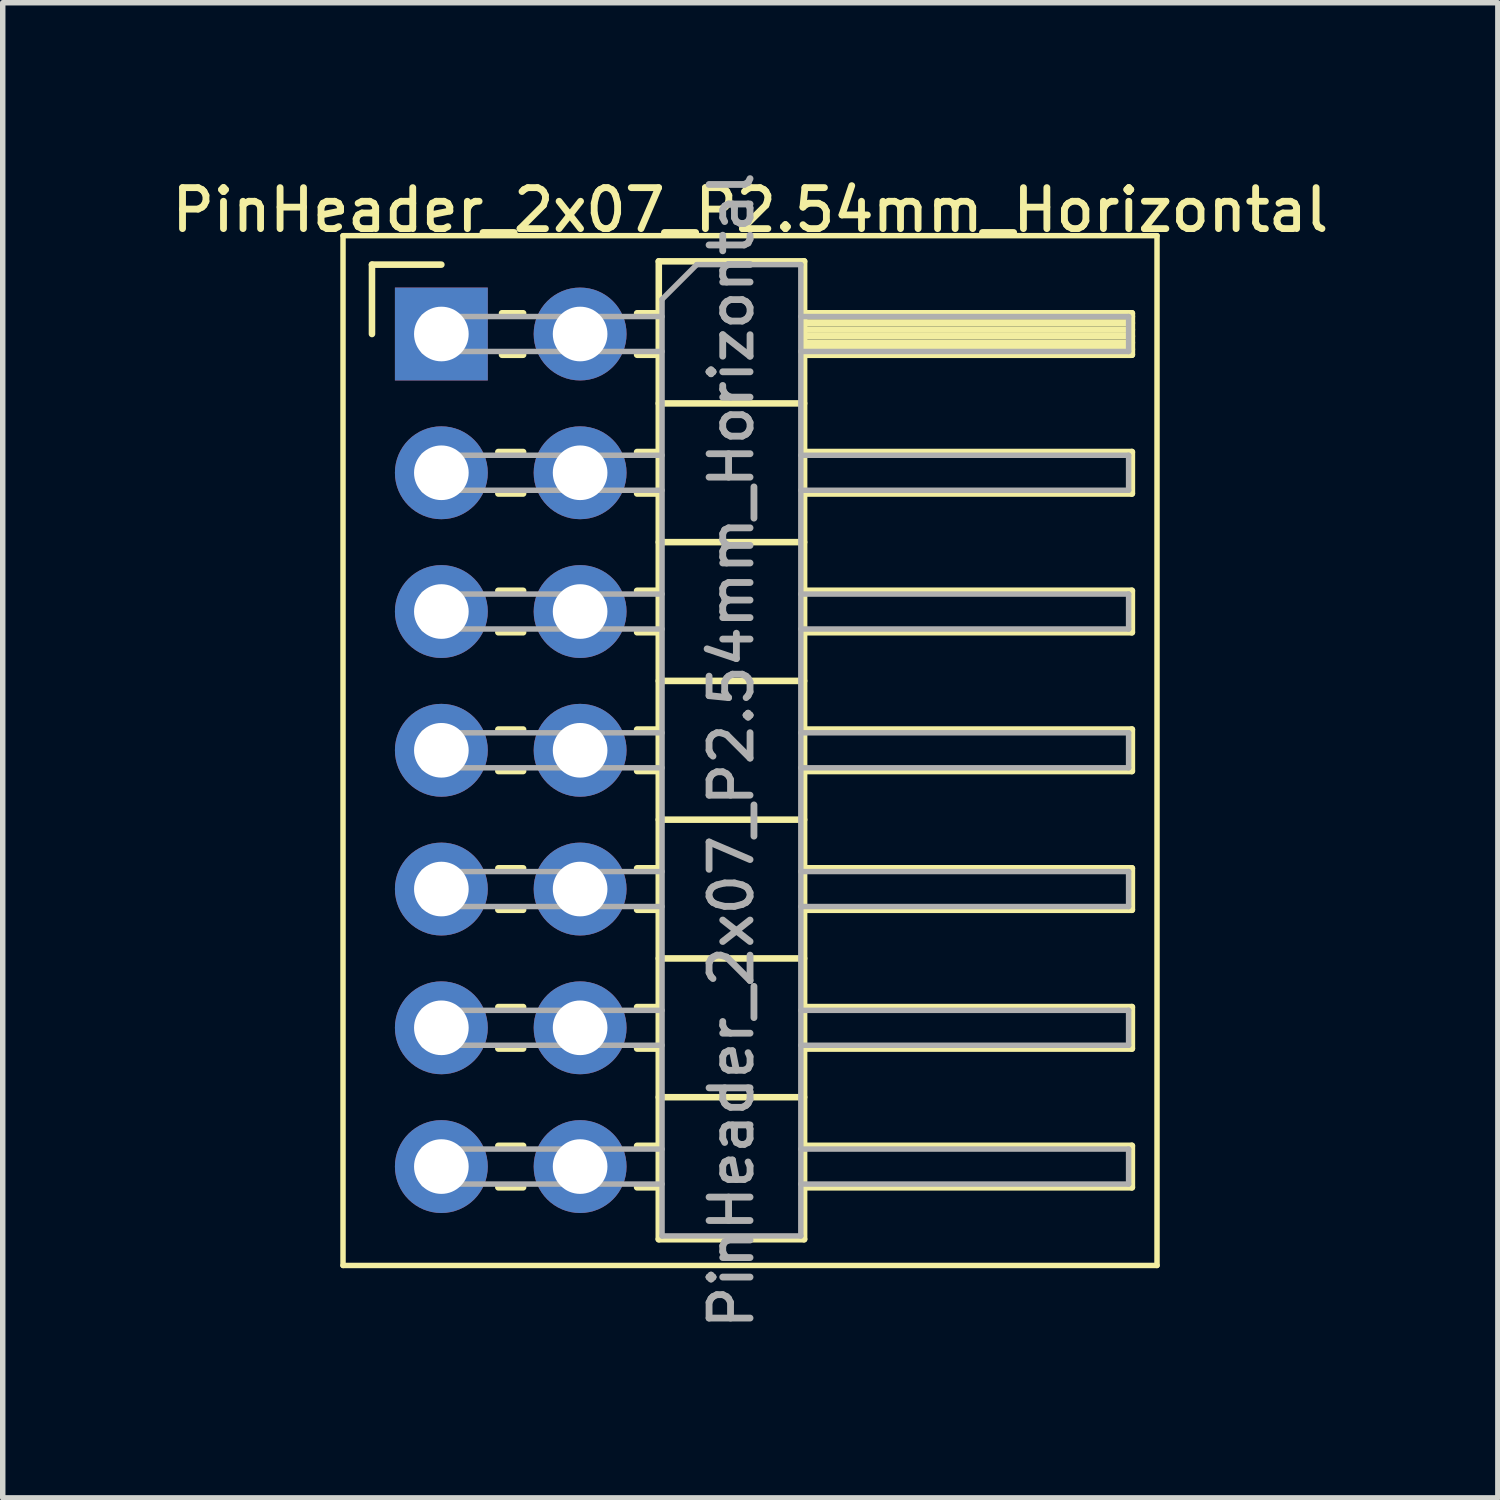
<source format=kicad_pcb>
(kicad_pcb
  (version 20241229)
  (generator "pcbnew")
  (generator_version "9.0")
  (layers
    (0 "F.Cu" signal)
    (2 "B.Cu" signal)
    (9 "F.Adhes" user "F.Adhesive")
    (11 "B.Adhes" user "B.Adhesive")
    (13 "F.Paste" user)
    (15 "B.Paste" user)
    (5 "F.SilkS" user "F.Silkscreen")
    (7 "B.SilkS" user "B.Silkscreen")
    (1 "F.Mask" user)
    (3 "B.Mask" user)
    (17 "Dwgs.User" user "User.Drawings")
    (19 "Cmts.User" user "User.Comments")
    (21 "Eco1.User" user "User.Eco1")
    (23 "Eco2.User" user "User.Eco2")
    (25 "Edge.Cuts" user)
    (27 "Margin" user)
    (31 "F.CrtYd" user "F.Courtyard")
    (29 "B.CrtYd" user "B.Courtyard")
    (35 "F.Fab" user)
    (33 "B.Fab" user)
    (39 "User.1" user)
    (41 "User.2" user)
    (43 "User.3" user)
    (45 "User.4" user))
  (footprint "PinHeader_2x07_P2.54mm_Horizontal"
    (layer "F.Cu")
    (at 5.029 3.064)
    (property "Reference" "PinHeader_2x07_P2.54mm_Horizontal" (at 5.655 -2.27 0) (layer "F.SilkS") (effects (font (size 0.75 0.75) (thickness 0.125))))
    (attr through_hole)
    (fp_line (start -1.8 -1.8) (end -1.8 17.05) (stroke (width 0.1) (type solid)) (layer "F.SilkS"))
    (fp_line (start -1.8 17.05) (end 13.1 17.05) (stroke (width 0.1) (type solid)) (layer "F.SilkS"))
    (fp_line (start -1.27 -1.27) (end 0 -1.27) (stroke (width 0.12) (type solid)) (layer "F.SilkS"))
    (fp_line (start -1.27 0) (end -1.27 -1.27) (stroke (width 0.12) (type solid)) (layer "F.SilkS"))
    (fp_line (start 1.043 2.16) (end 1.497 2.16) (stroke (width 0.12) (type solid)) (layer "F.SilkS"))
    (fp_line (start 1.043 2.92) (end 1.497 2.92) (stroke (width 0.12) (type solid)) (layer "F.SilkS"))
    (fp_line (start 1.043 4.7) (end 1.497 4.7) (stroke (width 0.12) (type solid)) (layer "F.SilkS"))
    (fp_line (start 1.043 5.46) (end 1.497 5.46) (stroke (width 0.12) (type solid)) (layer "F.SilkS"))
    (fp_line (start 1.043 7.24) (end 1.497 7.24) (stroke (width 0.12) (type solid)) (layer "F.SilkS"))
    (fp_line (start 1.043 8) (end 1.497 8) (stroke (width 0.12) (type solid)) (layer "F.SilkS"))
    (fp_line (start 1.043 9.78) (end 1.497 9.78) (stroke (width 0.12) (type solid)) (layer "F.SilkS"))
    (fp_line (start 1.043 10.54) (end 1.497 10.54) (stroke (width 0.12) (type solid)) (layer "F.SilkS"))
    (fp_line (start 1.043 12.32) (end 1.497 12.32) (stroke (width 0.12) (type solid)) (layer "F.SilkS"))
    (fp_line (start 1.043 13.08) (end 1.497 13.08) (stroke (width 0.12) (type solid)) (layer "F.SilkS"))
    (fp_line (start 1.043 14.86) (end 1.497 14.86) (stroke (width 0.12) (type solid)) (layer "F.SilkS"))
    (fp_line (start 1.043 15.62) (end 1.497 15.62) (stroke (width 0.12) (type solid)) (layer "F.SilkS"))
    (fp_line (start 1.11 -0.38) (end 1.497 -0.38) (stroke (width 0.12) (type solid)) (layer "F.SilkS"))
    (fp_line (start 1.11 0.38) (end 1.497 0.38) (stroke (width 0.12) (type solid)) (layer "F.SilkS"))
    (fp_line (start 3.583 -0.38) (end 3.98 -0.38) (stroke (width 0.12) (type solid)) (layer "F.SilkS"))
    (fp_line (start 3.583 0.38) (end 3.98 0.38) (stroke (width 0.12) (type solid)) (layer "F.SilkS"))
    (fp_line (start 3.583 2.16) (end 3.98 2.16) (stroke (width 0.12) (type solid)) (layer "F.SilkS"))
    (fp_line (start 3.583 2.92) (end 3.98 2.92) (stroke (width 0.12) (type solid)) (layer "F.SilkS"))
    (fp_line (start 3.583 4.7) (end 3.98 4.7) (stroke (width 0.12) (type solid)) (layer "F.SilkS"))
    (fp_line (start 3.583 5.46) (end 3.98 5.46) (stroke (width 0.12) (type solid)) (layer "F.SilkS"))
    (fp_line (start 3.583 7.24) (end 3.98 7.24) (stroke (width 0.12) (type solid)) (layer "F.SilkS"))
    (fp_line (start 3.583 8) (end 3.98 8) (stroke (width 0.12) (type solid)) (layer "F.SilkS"))
    (fp_line (start 3.583 9.78) (end 3.98 9.78) (stroke (width 0.12) (type solid)) (layer "F.SilkS"))
    (fp_line (start 3.583 10.54) (end 3.98 10.54) (stroke (width 0.12) (type solid)) (layer "F.SilkS"))
    (fp_line (start 3.583 12.32) (end 3.98 12.32) (stroke (width 0.12) (type solid)) (layer "F.SilkS"))
    (fp_line (start 3.583 13.08) (end 3.98 13.08) (stroke (width 0.12) (type solid)) (layer "F.SilkS"))
    (fp_line (start 3.583 14.86) (end 3.98 14.86) (stroke (width 0.12) (type solid)) (layer "F.SilkS"))
    (fp_line (start 3.583 15.62) (end 3.98 15.62) (stroke (width 0.12) (type solid)) (layer "F.SilkS"))
    (fp_line (start 3.98 -1.33) (end 3.98 16.57) (stroke (width 0.12) (type solid)) (layer "F.SilkS"))
    (fp_line (start 3.98 1.27) (end 6.64 1.27) (stroke (width 0.12) (type solid)) (layer "F.SilkS"))
    (fp_line (start 3.98 3.81) (end 6.64 3.81) (stroke (width 0.12) (type solid)) (layer "F.SilkS"))
    (fp_line (start 3.98 6.35) (end 6.64 6.35) (stroke (width 0.12) (type solid)) (layer "F.SilkS"))
    (fp_line (start 3.98 8.89) (end 6.64 8.89) (stroke (width 0.12) (type solid)) (layer "F.SilkS"))
    (fp_line (start 3.98 11.43) (end 6.64 11.43) (stroke (width 0.12) (type solid)) (layer "F.SilkS"))
    (fp_line (start 3.98 13.97) (end 6.64 13.97) (stroke (width 0.12) (type solid)) (layer "F.SilkS"))
    (fp_line (start 3.98 16.57) (end 6.64 16.57) (stroke (width 0.12) (type solid)) (layer "F.SilkS"))
    (fp_line (start 6.64 -1.33) (end 3.98 -1.33) (stroke (width 0.12) (type solid)) (layer "F.SilkS"))
    (fp_line (start 6.64 -0.38) (end 12.64 -0.38) (stroke (width 0.12) (type solid)) (layer "F.SilkS"))
    (fp_line (start 6.64 -0.32) (end 12.64 -0.32) (stroke (width 0.12) (type solid)) (layer "F.SilkS"))
    (fp_line (start 6.64 -0.2) (end 12.64 -0.2) (stroke (width 0.12) (type solid)) (layer "F.SilkS"))
    (fp_line (start 6.64 -0.08) (end 12.64 -0.08) (stroke (width 0.12) (type solid)) (layer "F.SilkS"))
    (fp_line (start 6.64 0.04) (end 12.64 0.04) (stroke (width 0.12) (type solid)) (layer "F.SilkS"))
    (fp_line (start 6.64 0.16) (end 12.64 0.16) (stroke (width 0.12) (type solid)) (layer "F.SilkS"))
    (fp_line (start 6.64 0.28) (end 12.64 0.28) (stroke (width 0.12) (type solid)) (layer "F.SilkS"))
    (fp_line (start 6.64 2.16) (end 12.64 2.16) (stroke (width 0.12) (type solid)) (layer "F.SilkS"))
    (fp_line (start 6.64 4.7) (end 12.64 4.7) (stroke (width 0.12) (type solid)) (layer "F.SilkS"))
    (fp_line (start 6.64 7.24) (end 12.64 7.24) (stroke (width 0.12) (type solid)) (layer "F.SilkS"))
    (fp_line (start 6.64 9.78) (end 12.64 9.78) (stroke (width 0.12) (type solid)) (layer "F.SilkS"))
    (fp_line (start 6.64 12.32) (end 12.64 12.32) (stroke (width 0.12) (type solid)) (layer "F.SilkS"))
    (fp_line (start 6.64 14.86) (end 12.64 14.86) (stroke (width 0.12) (type solid)) (layer "F.SilkS"))
    (fp_line (start 6.64 16.57) (end 6.64 -1.33) (stroke (width 0.12) (type solid)) (layer "F.SilkS"))
    (fp_line (start 12.64 -0.38) (end 12.64 0.38) (stroke (width 0.12) (type solid)) (layer "F.SilkS"))
    (fp_line (start 12.64 0.38) (end 6.64 0.38) (stroke (width 0.12) (type solid)) (layer "F.SilkS"))
    (fp_line (start 12.64 2.16) (end 12.64 2.92) (stroke (width 0.12) (type solid)) (layer "F.SilkS"))
    (fp_line (start 12.64 2.92) (end 6.64 2.92) (stroke (width 0.12) (type solid)) (layer "F.SilkS"))
    (fp_line (start 12.64 4.7) (end 12.64 5.46) (stroke (width 0.12) (type solid)) (layer "F.SilkS"))
    (fp_line (start 12.64 5.46) (end 6.64 5.46) (stroke (width 0.12) (type solid)) (layer "F.SilkS"))
    (fp_line (start 12.64 7.24) (end 12.64 8) (stroke (width 0.12) (type solid)) (layer "F.SilkS"))
    (fp_line (start 12.64 8) (end 6.64 8) (stroke (width 0.12) (type solid)) (layer "F.SilkS"))
    (fp_line (start 12.64 9.78) (end 12.64 10.54) (stroke (width 0.12) (type solid)) (layer "F.SilkS"))
    (fp_line (start 12.64 10.54) (end 6.64 10.54) (stroke (width 0.12) (type solid)) (layer "F.SilkS"))
    (fp_line (start 12.64 12.32) (end 12.64 13.08) (stroke (width 0.12) (type solid)) (layer "F.SilkS"))
    (fp_line (start 12.64 13.08) (end 6.64 13.08) (stroke (width 0.12) (type solid)) (layer "F.SilkS"))
    (fp_line (start 12.64 14.86) (end 12.64 15.62) (stroke (width 0.12) (type solid)) (layer "F.SilkS"))
    (fp_line (start 12.64 15.62) (end 6.64 15.62) (stroke (width 0.12) (type solid)) (layer "F.SilkS"))
    (fp_line (start 13.1 -1.8) (end -1.8 -1.8) (stroke (width 0.1) (type solid)) (layer "F.SilkS"))
    (fp_line (start 13.1 17.05) (end 13.1 -1.8) (stroke (width 0.1) (type solid)) (layer "F.SilkS"))
    (fp_line (start -0.32 -0.32) (end -0.32 0.32) (stroke (width 0.1) (type solid)) (layer "F.Fab"))
    (fp_line (start -0.32 -0.32) (end 4.04 -0.32) (stroke (width 0.1) (type solid)) (layer "F.Fab"))
    (fp_line (start -0.32 0.32) (end 4.04 0.32) (stroke (width 0.1) (type solid)) (layer "F.Fab"))
    (fp_line (start -0.32 2.22) (end -0.32 2.86) (stroke (width 0.1) (type solid)) (layer "F.Fab"))
    (fp_line (start -0.32 2.22) (end 4.04 2.22) (stroke (width 0.1) (type solid)) (layer "F.Fab"))
    (fp_line (start -0.32 2.86) (end 4.04 2.86) (stroke (width 0.1) (type solid)) (layer "F.Fab"))
    (fp_line (start -0.32 4.76) (end -0.32 5.4) (stroke (width 0.1) (type solid)) (layer "F.Fab"))
    (fp_line (start -0.32 4.76) (end 4.04 4.76) (stroke (width 0.1) (type solid)) (layer "F.Fab"))
    (fp_line (start -0.32 5.4) (end 4.04 5.4) (stroke (width 0.1) (type solid)) (layer "F.Fab"))
    (fp_line (start -0.32 7.3) (end -0.32 7.94) (stroke (width 0.1) (type solid)) (layer "F.Fab"))
    (fp_line (start -0.32 7.3) (end 4.04 7.3) (stroke (width 0.1) (type solid)) (layer "F.Fab"))
    (fp_line (start -0.32 7.94) (end 4.04 7.94) (stroke (width 0.1) (type solid)) (layer "F.Fab"))
    (fp_line (start -0.32 9.84) (end -0.32 10.48) (stroke (width 0.1) (type solid)) (layer "F.Fab"))
    (fp_line (start -0.32 9.84) (end 4.04 9.84) (stroke (width 0.1) (type solid)) (layer "F.Fab"))
    (fp_line (start -0.32 10.48) (end 4.04 10.48) (stroke (width 0.1) (type solid)) (layer "F.Fab"))
    (fp_line (start -0.32 12.38) (end -0.32 13.02) (stroke (width 0.1) (type solid)) (layer "F.Fab"))
    (fp_line (start -0.32 12.38) (end 4.04 12.38) (stroke (width 0.1) (type solid)) (layer "F.Fab"))
    (fp_line (start -0.32 13.02) (end 4.04 13.02) (stroke (width 0.1) (type solid)) (layer "F.Fab"))
    (fp_line (start -0.32 14.92) (end -0.32 15.56) (stroke (width 0.1) (type solid)) (layer "F.Fab"))
    (fp_line (start -0.32 14.92) (end 4.04 14.92) (stroke (width 0.1) (type solid)) (layer "F.Fab"))
    (fp_line (start -0.32 15.56) (end 4.04 15.56) (stroke (width 0.1) (type solid)) (layer "F.Fab"))
    (fp_line (start 4.04 -0.635) (end 4.675 -1.27) (stroke (width 0.1) (type solid)) (layer "F.Fab"))
    (fp_line (start 4.04 16.51) (end 4.04 -0.635) (stroke (width 0.1) (type solid)) (layer "F.Fab"))
    (fp_line (start 4.675 -1.27) (end 6.58 -1.27) (stroke (width 0.1) (type solid)) (layer "F.Fab"))
    (fp_line (start 6.58 -1.27) (end 6.58 16.51) (stroke (width 0.1) (type solid)) (layer "F.Fab"))
    (fp_line (start 6.58 -0.32) (end 12.58 -0.32) (stroke (width 0.1) (type solid)) (layer "F.Fab"))
    (fp_line (start 6.58 0.32) (end 12.58 0.32) (stroke (width 0.1) (type solid)) (layer "F.Fab"))
    (fp_line (start 6.58 2.22) (end 12.58 2.22) (stroke (width 0.1) (type solid)) (layer "F.Fab"))
    (fp_line (start 6.58 2.86) (end 12.58 2.86) (stroke (width 0.1) (type solid)) (layer "F.Fab"))
    (fp_line (start 6.58 4.76) (end 12.58 4.76) (stroke (width 0.1) (type solid)) (layer "F.Fab"))
    (fp_line (start 6.58 5.4) (end 12.58 5.4) (stroke (width 0.1) (type solid)) (layer "F.Fab"))
    (fp_line (start 6.58 7.3) (end 12.58 7.3) (stroke (width 0.1) (type solid)) (layer "F.Fab"))
    (fp_line (start 6.58 7.94) (end 12.58 7.94) (stroke (width 0.1) (type solid)) (layer "F.Fab"))
    (fp_line (start 6.58 9.84) (end 12.58 9.84) (stroke (width 0.1) (type solid)) (layer "F.Fab"))
    (fp_line (start 6.58 10.48) (end 12.58 10.48) (stroke (width 0.1) (type solid)) (layer "F.Fab"))
    (fp_line (start 6.58 12.38) (end 12.58 12.38) (stroke (width 0.1) (type solid)) (layer "F.Fab"))
    (fp_line (start 6.58 13.02) (end 12.58 13.02) (stroke (width 0.1) (type solid)) (layer "F.Fab"))
    (fp_line (start 6.58 14.92) (end 12.58 14.92) (stroke (width 0.1) (type solid)) (layer "F.Fab"))
    (fp_line (start 6.58 15.56) (end 12.58 15.56) (stroke (width 0.1) (type solid)) (layer "F.Fab"))
    (fp_line (start 6.58 16.51) (end 4.04 16.51) (stroke (width 0.1) (type solid)) (layer "F.Fab"))
    (fp_line (start 12.58 -0.32) (end 12.58 0.32) (stroke (width 0.1) (type solid)) (layer "F.Fab"))
    (fp_line (start 12.58 2.22) (end 12.58 2.86) (stroke (width 0.1) (type solid)) (layer "F.Fab"))
    (fp_line (start 12.58 4.76) (end 12.58 5.4) (stroke (width 0.1) (type solid)) (layer "F.Fab"))
    (fp_line (start 12.58 7.3) (end 12.58 7.94) (stroke (width 0.1) (type solid)) (layer "F.Fab"))
    (fp_line (start 12.58 9.84) (end 12.58 10.48) (stroke (width 0.1) (type solid)) (layer "F.Fab"))
    (fp_line (start 12.58 12.38) (end 12.58 13.02) (stroke (width 0.1) (type solid)) (layer "F.Fab"))
    (fp_line (start 12.58 14.92) (end 12.58 15.56) (stroke (width 0.1) (type solid)) (layer "F.Fab"))
    (fp_text user "${REFERENCE}" (at 5.31 7.62 90) (layer "F.Fab") (effects (font (size 0.75 0.75) (thickness 0.125))))
    (pad "1" thru_hole rect (at 0 0) (size 1.7 1.7) (drill 1) (layers "*.Cu" "*.Mask"))
    (pad "2" thru_hole oval (at 2.54 0) (size 1.7 1.7) (drill 1) (layers "*.Cu" "*.Mask"))
    (pad "3" thru_hole oval (at 0 2.54) (size 1.7 1.7) (drill 1) (layers "*.Cu" "*.Mask"))
    (pad "4" thru_hole oval (at 2.54 2.54) (size 1.7 1.7) (drill 1) (layers "*.Cu" "*.Mask"))
    (pad "5" thru_hole oval (at 0 5.08) (size 1.7 1.7) (drill 1) (layers "*.Cu" "*.Mask"))
    (pad "6" thru_hole oval (at 2.54 5.08) (size 1.7 1.7) (drill 1) (layers "*.Cu" "*.Mask"))
    (pad "7" thru_hole oval (at 0 7.62) (size 1.7 1.7) (drill 1) (layers "*.Cu" "*.Mask"))
    (pad "8" thru_hole oval (at 2.54 7.62) (size 1.7 1.7) (drill 1) (layers "*.Cu" "*.Mask"))
    (pad "9" thru_hole oval (at 0 10.16) (size 1.7 1.7) (drill 1) (layers "*.Cu" "*.Mask"))
    (pad "10" thru_hole oval (at 2.54 10.16) (size 1.7 1.7) (drill 1) (layers "*.Cu" "*.Mask"))
    (pad "11" thru_hole oval (at 0 12.7) (size 1.7 1.7) (drill 1) (layers "*.Cu" "*.Mask"))
    (pad "12" thru_hole oval (at 2.54 12.7) (size 1.7 1.7) (drill 1) (layers "*.Cu" "*.Mask"))
    (pad "13" thru_hole oval (at 0 15.24) (size 1.7 1.7) (drill 1) (layers "*.Cu" "*.Mask"))
    (pad "14" thru_hole oval (at 2.54 15.24) (size 1.7 1.7) (drill 1) (layers "*.Cu" "*.Mask")))
  (gr_rect
    (start -3 -3)
    (end 24.368 24.368)
    (stroke (width 0.1) (type default))
    (fill no)
    (layer "Edge.Cuts")))
</source>
